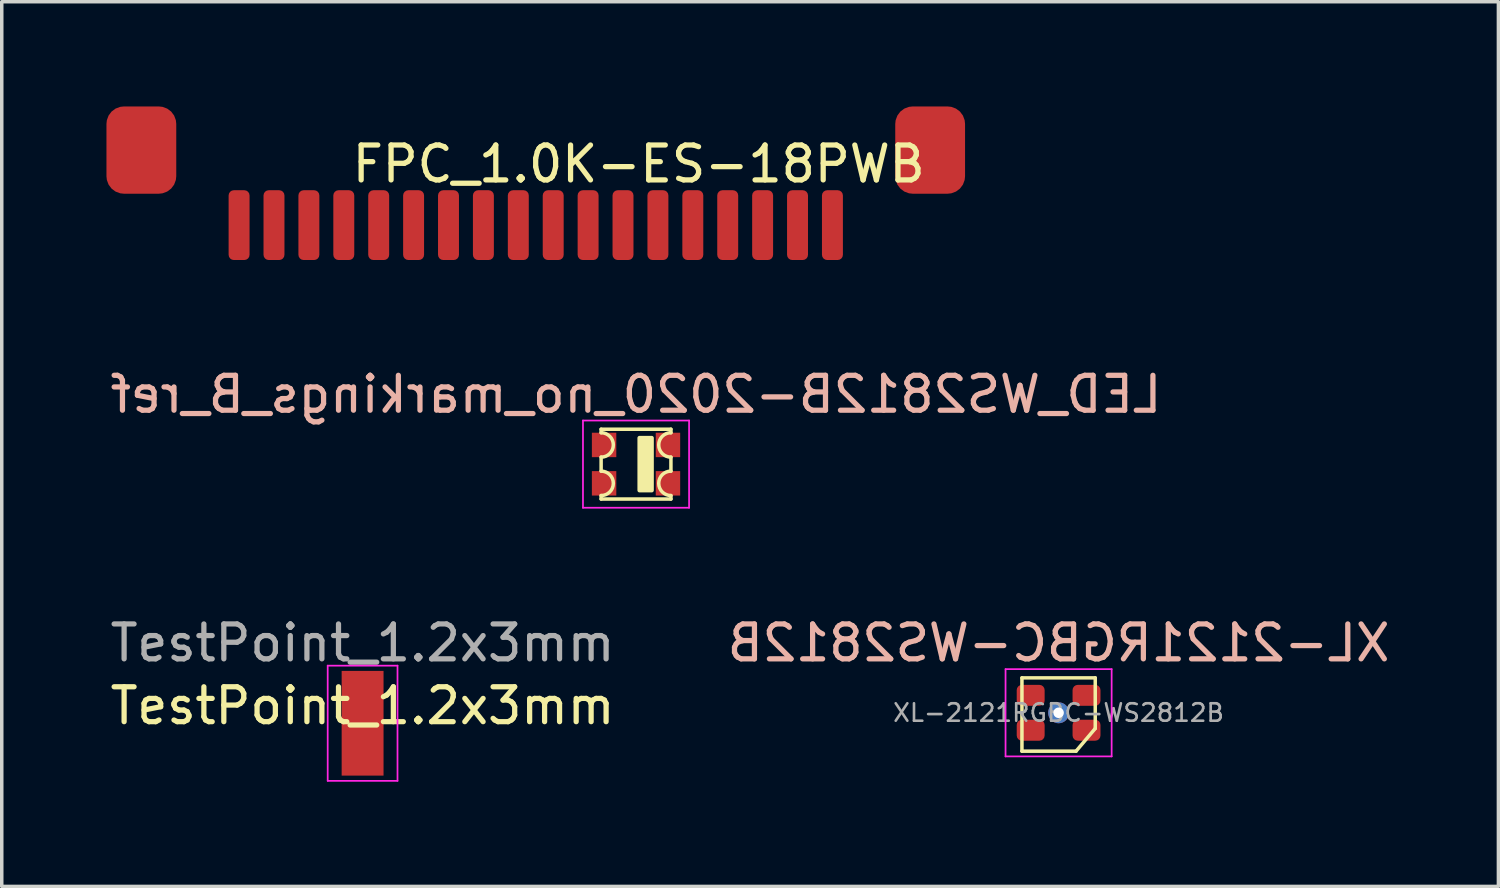
<source format=kicad_pcb>
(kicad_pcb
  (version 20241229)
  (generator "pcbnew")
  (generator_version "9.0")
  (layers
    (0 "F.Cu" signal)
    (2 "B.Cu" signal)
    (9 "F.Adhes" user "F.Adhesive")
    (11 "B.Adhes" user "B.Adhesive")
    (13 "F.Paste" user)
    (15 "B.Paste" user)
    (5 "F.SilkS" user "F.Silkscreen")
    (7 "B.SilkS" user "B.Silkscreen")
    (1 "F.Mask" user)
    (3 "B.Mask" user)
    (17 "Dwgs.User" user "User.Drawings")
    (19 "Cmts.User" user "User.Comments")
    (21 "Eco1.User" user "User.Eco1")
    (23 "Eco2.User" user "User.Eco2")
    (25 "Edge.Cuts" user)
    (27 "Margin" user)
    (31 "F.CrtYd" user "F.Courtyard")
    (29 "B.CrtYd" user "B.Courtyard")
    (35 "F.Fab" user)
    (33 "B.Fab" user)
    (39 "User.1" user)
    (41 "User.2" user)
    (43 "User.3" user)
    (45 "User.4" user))
  (footprint "LED_WS2812B-2020_no_markings_B_ref"
    (layer "F.Cu")
    (at 15.173 10.248)
    (property "Reference" "LED_WS2812B-2020_no_markings_B_ref" (at 0 -2 0) (layer "B.SilkS") (effects (font (size 1 1) (thickness 0.15)) (justify mirror)))
    (attr smd)
    (fp_line (start -1 -1) (end 1 -1) (stroke (width 0.1) (type default)) (layer "F.SilkS"))
    (fp_line (start -1 -0.9) (end -1 -1) (stroke (width 0.1) (type default)) (layer "F.SilkS"))
    (fp_line (start -1 -0.2) (end -1 0.2) (stroke (width 0.1) (type default)) (layer "F.SilkS"))
    (fp_line (start -1 0.9) (end -1 1) (stroke (width 0.1) (type default)) (layer "F.SilkS"))
    (fp_line (start 1 -1) (end 1 -0.9) (stroke (width 0.1) (type default)) (layer "F.SilkS"))
    (fp_line (start 1 0.2) (end 1 -0.2) (stroke (width 0.1) (type default)) (layer "F.SilkS"))
    (fp_line (start 1 1) (end -1 1) (stroke (width 0.1) (type default)) (layer "F.SilkS"))
    (fp_line (start 1 1) (end 1 0.9) (stroke (width 0.1) (type default)) (layer "F.SilkS"))
    (fp_rect (start 0.1 -0.75) (end 0.45 0.75) (stroke (width 0.12) (type solid)) (fill yes) (layer "F.SilkS"))
    (fp_arc (start -1 -0.9) (mid -0.65 -0.55) (end -1 -0.2) (stroke (width 0.1) (type default)) (layer "F.SilkS"))
    (fp_arc (start -1 0.2) (mid -0.65 0.55) (end -1 0.9) (stroke (width 0.1) (type default)) (layer "F.SilkS"))
    (fp_arc (start 1 -0.2) (mid 0.65 -0.55) (end 1 -0.9) (stroke (width 0.1) (type default)) (layer "F.SilkS"))
    (fp_arc (start 1 0.9) (mid 0.65 0.55) (end 1 0.2) (stroke (width 0.1) (type default)) (layer "F.SilkS"))
    (fp_line (start -1.52 -1.25) (end -1.52 1.25) (stroke (width 0.05) (type solid)) (layer "F.CrtYd"))
    (fp_line (start -1.52 1.25) (end 1.52 1.25) (stroke (width 0.05) (type solid)) (layer "F.CrtYd"))
    (fp_line (start 1.52 -1.25) (end -1.52 -1.25) (stroke (width 0.05) (type solid)) (layer "F.CrtYd"))
    (fp_line (start 1.52 1.25) (end 1.52 -1.25) (stroke (width 0.05) (type solid)) (layer "F.CrtYd"))
    (pad "1" smd rect (at 0.915 0.55) (size 0.7 0.7) (layers "F.Cu" "F.Mask" "F.Paste"))
    (pad "2" smd rect (at 0.915 -0.55) (size 0.7 0.7) (layers "F.Cu" "F.Mask" "F.Paste"))
    (pad "3" smd rect (at -0.915 -0.55) (size 0.7 0.7) (layers "F.Cu" "F.Mask" "F.Paste"))
    (pad "4" smd rect (at -0.915 0.55) (size 0.7 0.7) (layers "F.Cu" "F.Mask" "F.Paste")))
  (footprint "XL-2121RGBC-WS2812B"
    (layer "F.Cu")
    (at 27.28 17.372)
    (property "Reference" "XL-2121RGBC-WS2812B" (at 0 -2 0) (layer "B.SilkS") (effects (font (size 1 1) (thickness 0.15)) (justify mirror)))
    (attr smd)
    (fp_line (start -1.05 1.1) (end -1.05 -1) (stroke (width 0.1) (type solid)) (layer "F.SilkS"))
    (fp_line (start -1.05 1.1) (end 0.5 1.1) (stroke (width 0.1) (type solid)) (layer "F.SilkS"))
    (fp_line (start 0.5 1.1) (end 1.05 0.45) (stroke (width 0.1) (type solid)) (layer "F.SilkS"))
    (fp_line (start 1.05 -1) (end -1.05 -1) (stroke (width 0.1) (type solid)) (layer "F.SilkS"))
    (fp_line (start 1.05 0.45) (end 1.05 -1) (stroke (width 0.1) (type solid)) (layer "F.SilkS"))
    (fp_line (start -1.52 -1.25) (end -1.52 1.25) (stroke (width 0.05) (type solid)) (layer "F.CrtYd"))
    (fp_line (start -1.52 1.25) (end 1.52 1.25) (stroke (width 0.05) (type solid)) (layer "F.CrtYd"))
    (fp_line (start 1.52 -1.25) (end -1.52 -1.25) (stroke (width 0.05) (type solid)) (layer "F.CrtYd"))
    (fp_line (start 1.52 1.25) (end 1.52 -1.25) (stroke (width 0.05) (type solid)) (layer "F.CrtYd"))
    (fp_text user "${REFERENCE}" (at 0 0 0) (layer "F.Fab") (effects (font (size 0.5 0.5) (thickness 0.075))))
    (pad "1" smd roundrect (at -0.8 0.5) (size 0.8 0.6) (layers "F.Cu" "F.Mask" "F.Paste") (roundrect_rratio 0.25))
    (pad "1" thru_hole circle (at 0 0) (size 0.6 0.6) (drill 0.3) (layers "*.Cu" "*.Mask"))
    (pad "2" smd roundrect (at 0.8 0.5) (size 0.8 0.6) (layers "F.Cu" "F.Mask" "F.Paste") (roundrect_rratio 0.25))
    (pad "3" smd roundrect (at 0.8 -0.5) (size 0.8 0.6) (layers "F.Cu" "F.Mask" "F.Paste") (roundrect_rratio 0.25))
    (pad "4" smd roundrect (at -0.8 -0.5) (size 0.8 0.6) (layers "F.Cu" "F.Mask" "F.Paste") (roundrect_rratio 0.25)))
  (footprint "TestPoint_1.2x3mm"
    (layer "F.Cu")
    (at 7.339 17.672)
    (property "Reference" "TestPoint_1.2x3mm" (at 0 -0.5 0) (unlocked yes) (layer "F.SilkS") (effects (font (size 1 1) (thickness 0.15))))
    (attr smd)
    (fp_line (start -1 -1.65) (end -1 1.65) (stroke (width 0.05) (type solid)) (layer "F.CrtYd"))
    (fp_line (start -1 -1.65) (end 1 -1.65) (stroke (width 0.05) (type solid)) (layer "F.CrtYd"))
    (fp_line (start 1 1.65) (end -1 1.65) (stroke (width 0.05) (type solid)) (layer "F.CrtYd"))
    (fp_line (start 1 1.65) (end 1 -1.65) (stroke (width 0.05) (type solid)) (layer "F.CrtYd"))
    (fp_text user "${REFERENCE}" (at 0 -2.3 0) (layer "F.Fab") (effects (font (size 1 1) (thickness 0.15))))
    (pad "1" smd rect (at 0 0) (size 1.2 3) (layers "F.Cu" "F.Mask")))
  (footprint "FPC_1.0K-ES-18PWB"
    (layer "F.Cu")
    (at 15.25 2.15)
    (property "Reference" "FPC_1.0K-ES-18PWB" (at 0 -0.5 0) (unlocked yes) (layer "F.SilkS") (effects (font (size 1 1) (thickness 0.15))))
    (attr smd)
    (pad "" smd roundrect (at -14.25 -0.9) (size 2 2.5) (layers "F.Cu" "F.Mask" "F.Paste") (roundrect_rratio 0.25))
    (pad "" smd roundrect (at 8.35 -0.9) (size 2 2.5) (layers "F.Cu" "F.Mask" "F.Paste") (roundrect_rratio 0.25))
    (pad "1" smd roundrect (at -11.45 1.25) (size 0.6 2) (layers "F.Cu" "F.Mask" "F.Paste") (roundrect_rratio 0.25))
    (pad "2" smd roundrect (at -10.45 1.25) (size 0.6 2) (layers "F.Cu" "F.Mask" "F.Paste") (roundrect_rratio 0.25))
    (pad "3" smd roundrect (at -9.45 1.25) (size 0.6 2) (layers "F.Cu" "F.Mask" "F.Paste") (roundrect_rratio 0.25))
    (pad "4" smd roundrect (at -8.45 1.25) (size 0.6 2) (layers "F.Cu" "F.Mask" "F.Paste") (roundrect_rratio 0.25))
    (pad "5" smd roundrect (at -7.45 1.25) (size 0.6 2) (layers "F.Cu" "F.Mask" "F.Paste") (roundrect_rratio 0.25))
    (pad "6" smd roundrect (at -6.45 1.25) (size 0.6 2) (layers "F.Cu" "F.Mask" "F.Paste") (roundrect_rratio 0.25))
    (pad "7" smd roundrect (at -5.45 1.25) (size 0.6 2) (layers "F.Cu" "F.Mask" "F.Paste") (roundrect_rratio 0.25))
    (pad "8" smd roundrect (at -4.45 1.25) (size 0.6 2) (layers "F.Cu" "F.Mask" "F.Paste") (roundrect_rratio 0.25))
    (pad "9" smd roundrect (at -3.45 1.25) (size 0.6 2) (layers "F.Cu" "F.Mask" "F.Paste") (roundrect_rratio 0.25))
    (pad "10" smd roundrect (at -2.45 1.25) (size 0.6 2) (layers "F.Cu" "F.Mask" "F.Paste") (roundrect_rratio 0.25))
    (pad "11" smd roundrect (at -1.45 1.25) (size 0.6 2) (layers "F.Cu" "F.Mask" "F.Paste") (roundrect_rratio 0.25))
    (pad "12" smd roundrect (at -0.45 1.25) (size 0.6 2) (layers "F.Cu" "F.Mask" "F.Paste") (roundrect_rratio 0.25))
    (pad "13" smd roundrect (at 0.55 1.25) (size 0.6 2) (layers "F.Cu" "F.Mask" "F.Paste") (roundrect_rratio 0.25))
    (pad "14" smd roundrect (at 1.55 1.25) (size 0.6 2) (layers "F.Cu" "F.Mask" "F.Paste") (roundrect_rratio 0.25))
    (pad "15" smd roundrect (at 2.55 1.25) (size 0.6 2) (layers "F.Cu" "F.Mask" "F.Paste") (roundrect_rratio 0.25))
    (pad "16" smd roundrect (at 3.55 1.25) (size 0.6 2) (layers "F.Cu" "F.Mask" "F.Paste") (roundrect_rratio 0.25))
    (pad "17" smd roundrect (at 4.55 1.25) (size 0.6 2) (layers "F.Cu" "F.Mask" "F.Paste") (roundrect_rratio 0.25))
    (pad "18" smd roundrect (at 5.55 1.25) (size 0.6 2) (layers "F.Cu" "F.Mask" "F.Paste") (roundrect_rratio 0.25)))
  (gr_rect
    (start -3 -3)
    (end 39.881 22.346)
    (stroke (width 0.1) (type default))
    (fill no)
    (layer "Edge.Cuts")))
</source>
